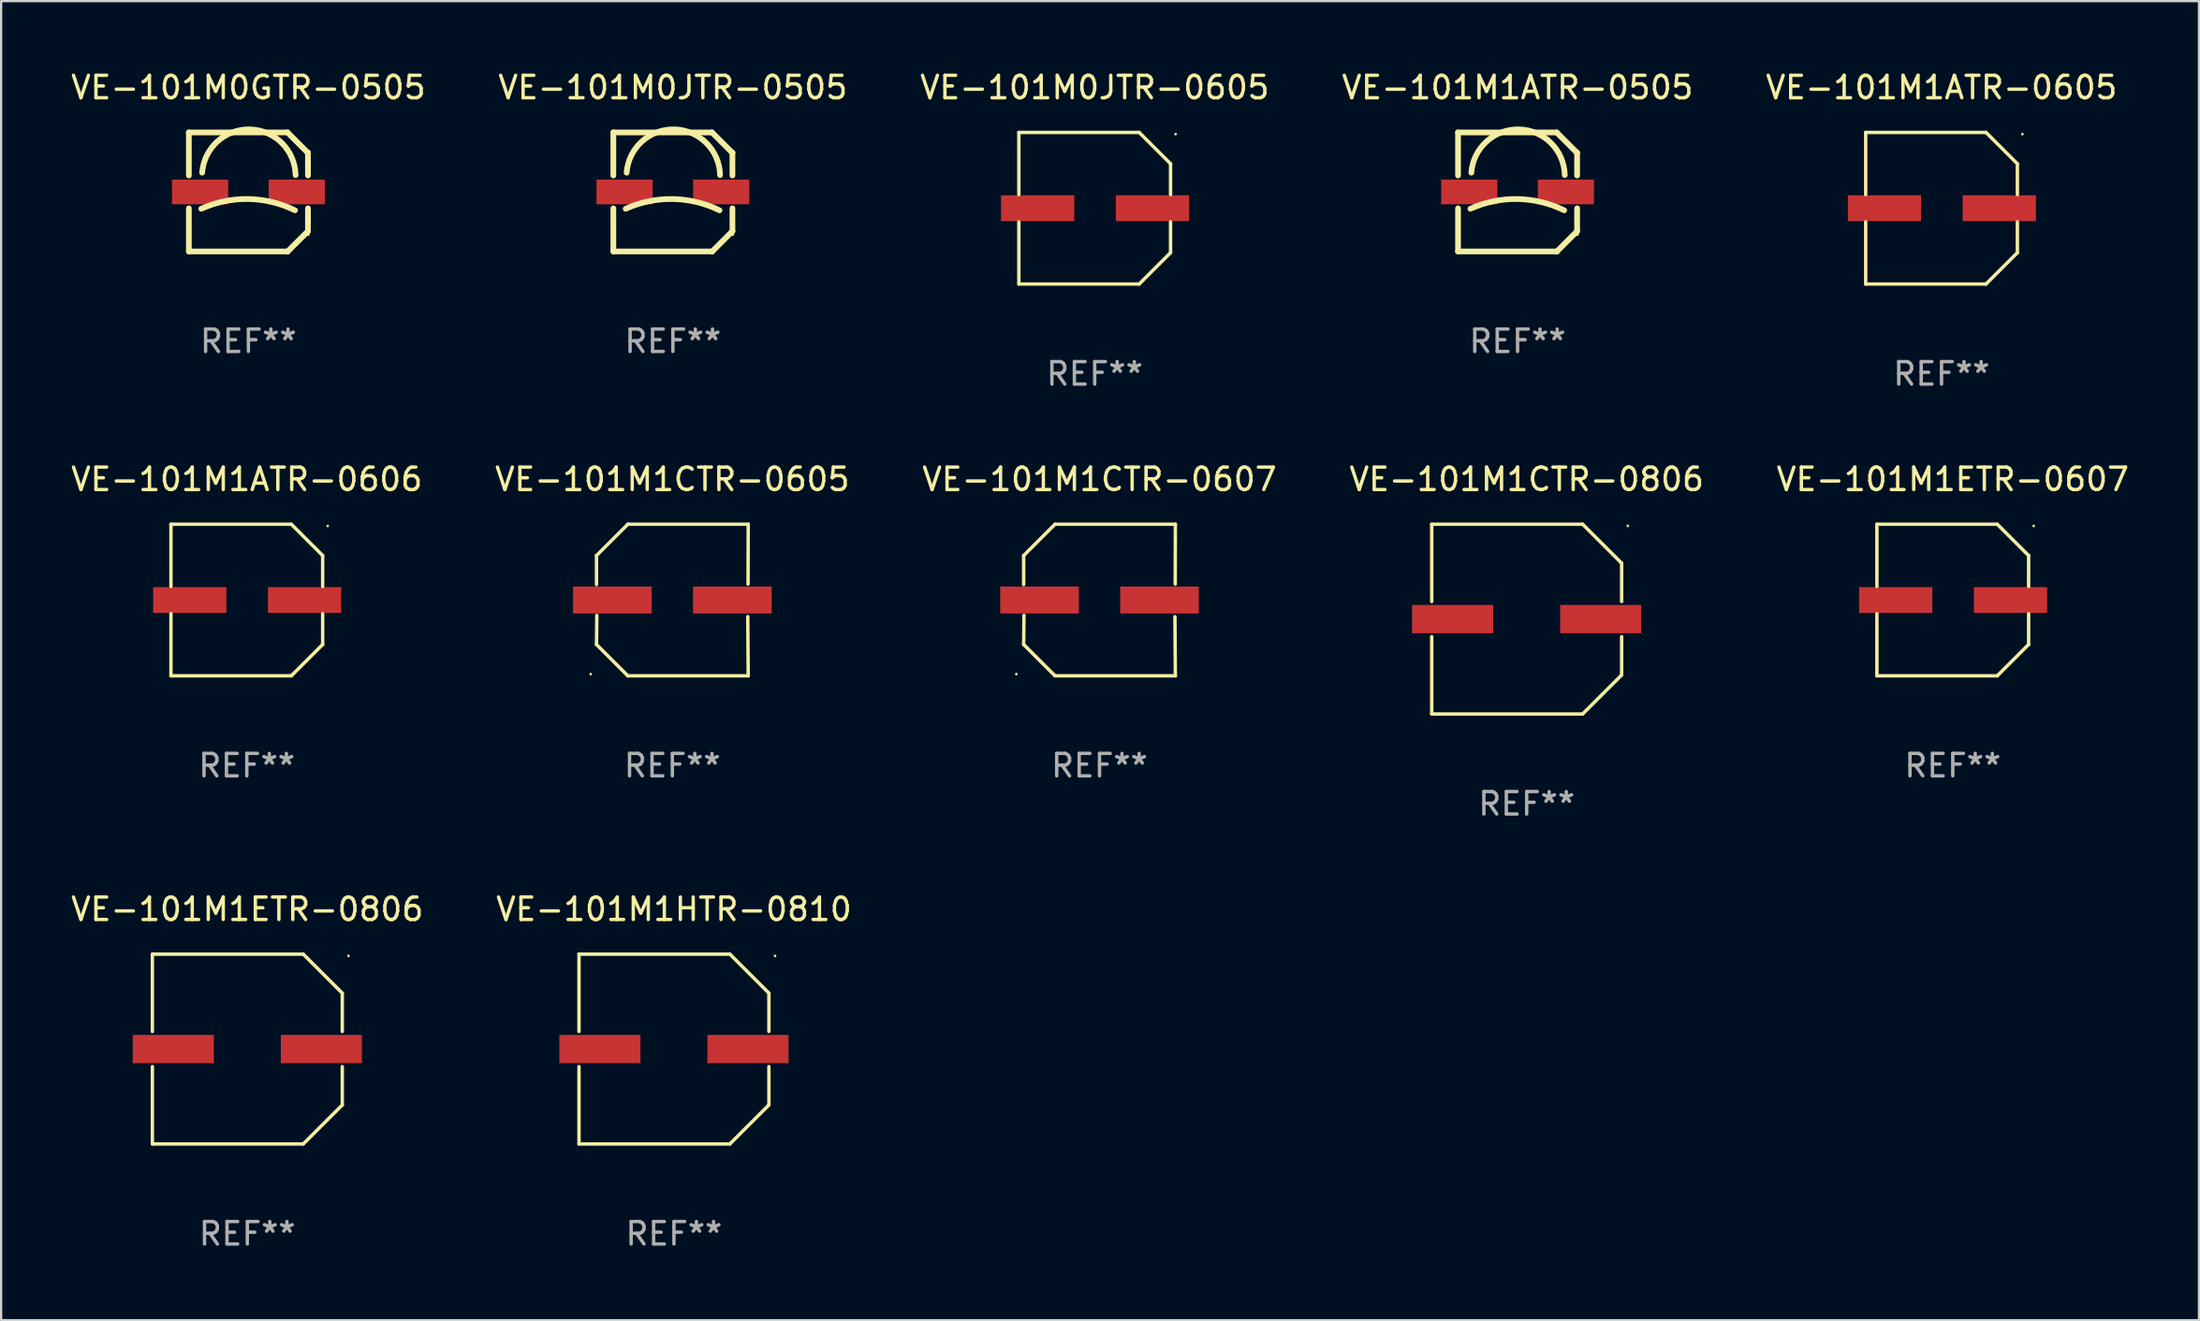
<source format=kicad_pcb>
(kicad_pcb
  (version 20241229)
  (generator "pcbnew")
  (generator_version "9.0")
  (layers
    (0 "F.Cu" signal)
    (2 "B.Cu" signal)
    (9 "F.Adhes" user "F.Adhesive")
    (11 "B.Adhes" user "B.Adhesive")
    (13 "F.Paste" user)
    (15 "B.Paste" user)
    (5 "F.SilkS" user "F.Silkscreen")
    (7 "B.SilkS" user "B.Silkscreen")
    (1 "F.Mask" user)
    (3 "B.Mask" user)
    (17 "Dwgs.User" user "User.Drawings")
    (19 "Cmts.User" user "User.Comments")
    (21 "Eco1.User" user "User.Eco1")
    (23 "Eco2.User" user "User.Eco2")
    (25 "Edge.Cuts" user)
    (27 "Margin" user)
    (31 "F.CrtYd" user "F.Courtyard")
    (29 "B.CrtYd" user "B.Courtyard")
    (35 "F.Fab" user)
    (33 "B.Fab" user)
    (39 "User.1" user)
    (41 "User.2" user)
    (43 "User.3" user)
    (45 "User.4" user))
  (footprint "VE-101M1CTR-0806"
    (layer "F.Cu")
    (at 64.899 24.523)
    (property "Reference" "VE-101M1CTR-0806" (at 0 -6.226 0) (layer "F.SilkS") (effects (font (size 1 1) (thickness 0.15))))
    (attr through_hole)
    (fp_line (start -4.226 -4.226) (end 2.49 -4.226) (stroke (width 0.152) (type solid)) (layer "F.SilkS"))
    (fp_line (start -4.226 -0.782) (end -4.226 -4.226) (stroke (width 0.152) (type solid)) (layer "F.SilkS"))
    (fp_line (start -4.226 0.782) (end -4.226 4.226) (stroke (width 0.152) (type solid)) (layer "F.SilkS"))
    (fp_line (start -4.226 4.226) (end 2.49 4.226) (stroke (width 0.152) (type solid)) (layer "F.SilkS"))
    (fp_line (start 2.49 -4.226) (end 4.226 -2.49) (stroke (width 0.152) (type solid)) (layer "F.SilkS"))
    (fp_line (start 2.49 4.226) (end 4.226 2.49) (stroke (width 0.152) (type solid)) (layer "F.SilkS"))
    (fp_line (start 4.226 -2.49) (end 4.226 -0.782) (stroke (width 0.152) (type solid)) (layer "F.SilkS"))
    (fp_line (start 4.226 2.49) (end 4.226 0.782) (stroke (width 0.152) (type solid)) (layer "F.SilkS"))
    (fp_circle (center 4.5 -4.15) (end 4.53 -4.15) (stroke (width 0.06) (type solid)) (fill no) (layer "F.SilkS"))
    (fp_text user "REF**" (at 0 8.226 0) (layer "F.Fab") (effects (font (size 1 1) (thickness 0.15))))
    (pad "1" smd rect (at 3.295 0 180) (size 3.61 1.26) (layers "F.Cu" "F.Mask" "F.Paste"))
    (pad "2" smd rect (at -3.295 0 180) (size 3.61 1.26) (layers "F.Cu" "F.Mask" "F.Paste")))
  (footprint "VE-101M1ATR-0605"
    (layer "F.Cu")
    (at 83.363 6.224)
    (property "Reference" "VE-101M1ATR-0605" (at 0 -5.376 0) (layer "F.SilkS") (effects (font (size 1 1) (thickness 0.15))))
    (attr through_hole)
    (fp_line (start -3.376 -3.376) (end 1.98 -3.376) (stroke (width 0.152) (type solid)) (layer "F.SilkS"))
    (fp_line (start -3.376 -0.607) (end -3.376 -3.376) (stroke (width 0.152) (type solid)) (layer "F.SilkS"))
    (fp_line (start -3.376 0.607) (end -3.376 3.376) (stroke (width 0.152) (type solid)) (layer "F.SilkS"))
    (fp_line (start -3.376 3.376) (end 1.98 3.376) (stroke (width 0.152) (type solid)) (layer "F.SilkS"))
    (fp_line (start 1.98 -3.376) (end 3.376 -1.98) (stroke (width 0.152) (type solid)) (layer "F.SilkS"))
    (fp_line (start 1.98 3.376) (end 3.376 1.98) (stroke (width 0.152) (type solid)) (layer "F.SilkS"))
    (fp_line (start 3.376 -1.98) (end 3.376 -0.607) (stroke (width 0.152) (type solid)) (layer "F.SilkS"))
    (fp_line (start 3.376 1.98) (end 3.376 0.607) (stroke (width 0.152) (type solid)) (layer "F.SilkS"))
    (fp_circle (center 3.6 -3.3) (end 3.63 -3.3) (stroke (width 0.06) (type solid)) (fill no) (layer "F.SilkS"))
    (fp_text user "REF**" (at 0 7.376 0) (layer "F.Fab") (effects (font (size 1 1) (thickness 0.15))))
    (pad "1" smd rect (at 2.57 0 180) (size 3.26 1.15) (layers "F.Cu" "F.Mask" "F.Paste"))
    (pad "2" smd rect (at -2.54 0 180) (size 3.26 1.15) (layers "F.Cu" "F.Mask" "F.Paste")))
  (footprint "VE-101M1ETR-0607"
    (layer "F.Cu")
    (at 83.863 23.673)
    (property "Reference" "VE-101M1ETR-0607" (at 0 -5.376 0) (layer "F.SilkS") (effects (font (size 1 1) (thickness 0.15))))
    (attr through_hole)
    (fp_line (start -3.376 -3.376) (end 1.98 -3.376) (stroke (width 0.152) (type solid)) (layer "F.SilkS"))
    (fp_line (start -3.376 -0.607) (end -3.376 -3.376) (stroke (width 0.152) (type solid)) (layer "F.SilkS"))
    (fp_line (start -3.376 0.607) (end -3.376 3.376) (stroke (width 0.152) (type solid)) (layer "F.SilkS"))
    (fp_line (start -3.376 3.376) (end 1.98 3.376) (stroke (width 0.152) (type solid)) (layer "F.SilkS"))
    (fp_line (start 1.98 -3.376) (end 3.376 -1.98) (stroke (width 0.152) (type solid)) (layer "F.SilkS"))
    (fp_line (start 1.98 3.376) (end 3.376 1.98) (stroke (width 0.152) (type solid)) (layer "F.SilkS"))
    (fp_line (start 3.376 -1.98) (end 3.376 -0.607) (stroke (width 0.152) (type solid)) (layer "F.SilkS"))
    (fp_line (start 3.376 1.98) (end 3.376 0.607) (stroke (width 0.152) (type solid)) (layer "F.SilkS"))
    (fp_circle (center 3.6 -3.3) (end 3.63 -3.3) (stroke (width 0.06) (type solid)) (fill no) (layer "F.SilkS"))
    (fp_text user "REF**" (at 0 7.376 0) (layer "F.Fab") (effects (font (size 1 1) (thickness 0.15))))
    (pad "1" smd rect (at 2.57 0 180) (size 3.26 1.15) (layers "F.Cu" "F.Mask" "F.Paste"))
    (pad "2" smd rect (at -2.54 0 180) (size 3.26 1.15) (layers "F.Cu" "F.Mask" "F.Paste")))
  (footprint "VE-101M0GTR-0505"
    (layer "F.Cu")
    (at 8.006 5.498)
    (property "Reference" "VE-101M0GTR-0505" (at 0 -4.65 0) (layer "F.SilkS") (effects (font (size 1 1) (thickness 0.15))))
    (attr through_hole)
    (fp_line (start -2.65 -2.65) (end 1.74 -2.65) (stroke (width 0.254) (type solid)) (layer "F.SilkS"))
    (fp_line (start -2.65 -0.731) (end -2.65 -2.65) (stroke (width 0.254) (type solid)) (layer "F.SilkS"))
    (fp_line (start -2.65 2.65) (end -2.65 0.731) (stroke (width 0.254) (type solid)) (layer "F.SilkS"))
    (fp_line (start -2.65 2.65) (end 1.73 2.65) (stroke (width 0.254) (type solid)) (layer "F.SilkS"))
    (fp_line (start 1.73 2.65) (end 1.75 2.65) (stroke (width 0.254) (type solid)) (layer "F.SilkS"))
    (fp_line (start 1.75 2.65) (end 2.65 1.75) (stroke (width 0.254) (type solid)) (layer "F.SilkS"))
    (fp_line (start 2.64 -1.75) (end 1.74 -2.65) (stroke (width 0.254) (type solid)) (layer "F.SilkS"))
    (fp_line (start 2.65 -1.75) (end 2.64 -1.75) (stroke (width 0.254) (type solid)) (layer "F.SilkS"))
    (fp_line (start 2.65 -0.731) (end 2.65 -1.75) (stroke (width 0.254) (type solid)) (layer "F.SilkS"))
    (fp_line (start 2.65 1.75) (end 2.65 0.731) (stroke (width 0.254) (type solid)) (layer "F.SilkS"))
    (fp_arc (start -2.1 0.749886) (mid -0.005214 0.316693) (end 2.074168 0.818644) (stroke (width 0.254001) (type solid)) (layer "F.SilkS"))
    (fp_arc (start -2.058369 -0.857759) (mid 0.072137 -2.78601) (end 2.1 -0.750089) (stroke (width 0.254001) (type solid)) (layer "F.SilkS"))
    (fp_circle (center 2.667 1.905) (end 2.697 1.905) (stroke (width 0.06) (type solid)) (fill no) (layer "F.SilkS"))
    (fp_text user "REF**" (at 0 6.65 0) (layer "F.Fab") (effects (font (size 1 1) (thickness 0.15))))
    (pad "1" smd rect (at 2.15 0) (size 2.5 1.1) (layers "F.Cu" "F.Mask" "F.Paste"))
    (pad "2" smd rect (at -2.15 0) (size 2.5 1.1) (layers "F.Cu" "F.Mask" "F.Paste")))
  (footprint "VE-101M1ATR-0606"
    (layer "F.Cu")
    (at 7.935 23.673)
    (property "Reference" "VE-101M1ATR-0606" (at 0 -5.376 0) (layer "F.SilkS") (effects (font (size 1 1) (thickness 0.15))))
    (attr through_hole)
    (fp_line (start -3.376 -3.376) (end 1.98 -3.376) (stroke (width 0.152) (type solid)) (layer "F.SilkS"))
    (fp_line (start -3.376 -0.607) (end -3.376 -3.376) (stroke (width 0.152) (type solid)) (layer "F.SilkS"))
    (fp_line (start -3.376 0.607) (end -3.376 3.376) (stroke (width 0.152) (type solid)) (layer "F.SilkS"))
    (fp_line (start -3.376 3.376) (end 1.98 3.376) (stroke (width 0.152) (type solid)) (layer "F.SilkS"))
    (fp_line (start 1.98 -3.376) (end 3.376 -1.98) (stroke (width 0.152) (type solid)) (layer "F.SilkS"))
    (fp_line (start 1.98 3.376) (end 3.376 1.98) (stroke (width 0.152) (type solid)) (layer "F.SilkS"))
    (fp_line (start 3.376 -1.98) (end 3.376 -0.607) (stroke (width 0.152) (type solid)) (layer "F.SilkS"))
    (fp_line (start 3.376 1.98) (end 3.376 0.607) (stroke (width 0.152) (type solid)) (layer "F.SilkS"))
    (fp_circle (center 3.6 -3.3) (end 3.63 -3.3) (stroke (width 0.06) (type solid)) (fill no) (layer "F.SilkS"))
    (fp_text user "REF**" (at 0 7.376 0) (layer "F.Fab") (effects (font (size 1 1) (thickness 0.15))))
    (pad "1" smd rect (at 2.57 0 180) (size 3.26 1.15) (layers "F.Cu" "F.Mask" "F.Paste"))
    (pad "2" smd rect (at -2.54 0 180) (size 3.26 1.15) (layers "F.Cu" "F.Mask" "F.Paste")))
  (footprint "VE-101M1CTR-0607"
    (layer "F.Cu")
    (at 45.887 23.673)
    (property "Reference" "VE-101M1CTR-0607" (at 0 -5.376 0) (layer "F.SilkS") (effects (font (size 1 1) (thickness 0.15))))
    (attr through_hole)
    (fp_line (start -3.376 -1.98) (end -3.376 -0.686) (stroke (width 0.152) (type solid)) (layer "F.SilkS"))
    (fp_line (start -3.376 1.981) (end -3.362 0.686) (stroke (width 0.152) (type solid)) (layer "F.SilkS"))
    (fp_line (start -1.981 3.376) (end -3.376 1.981) (stroke (width 0.152) (type solid)) (layer "F.SilkS"))
    (fp_line (start -1.98 -3.376) (end -3.376 -1.98) (stroke (width 0.152) (type solid)) (layer "F.SilkS"))
    (fp_line (start 3.356 0.74) (end 3.376 3.376) (stroke (width 0.152) (type solid)) (layer "F.SilkS"))
    (fp_line (start 3.369 -0.707) (end 3.376 -3.376) (stroke (width 0.152) (type solid)) (layer "F.SilkS"))
    (fp_line (start 3.376 3.376) (end -1.981 3.376) (stroke (width 0.152) (type solid)) (layer "F.SilkS"))
    (fp_line (start 3.376 -3.376) (end -1.98 -3.376) (stroke (width 0.152) (type solid)) (layer "F.SilkS"))
    (fp_circle (center -3.702 3.3) (end -3.672 3.3) (stroke (width 0.06) (type solid)) (fill no) (layer "F.SilkS"))
    (fp_text user "REF**" (at 0 7.376 0) (layer "F.Fab") (effects (font (size 1 1) (thickness 0.15))))
    (pad "1" smd rect (at -2.67 0.000203) (size 3.5 1.2) (layers "F.Cu" "F.Mask" "F.Paste"))
    (pad "2" smd rect (at 2.67 0.000203) (size 3.5 1.2) (layers "F.Cu" "F.Mask" "F.Paste")))
  (footprint "VE-101M0JTR-0505"
    (layer "F.Cu")
    (at 26.899 5.498)
    (property "Reference" "VE-101M0JTR-0505" (at 0 -4.65 0) (layer "F.SilkS") (effects (font (size 1 1) (thickness 0.15))))
    (attr through_hole)
    (fp_line (start -2.65 -2.65) (end 1.74 -2.65) (stroke (width 0.254) (type solid)) (layer "F.SilkS"))
    (fp_line (start -2.65 -0.731) (end -2.65 -2.65) (stroke (width 0.254) (type solid)) (layer "F.SilkS"))
    (fp_line (start -2.65 2.65) (end -2.65 0.731) (stroke (width 0.254) (type solid)) (layer "F.SilkS"))
    (fp_line (start -2.65 2.65) (end 1.73 2.65) (stroke (width 0.254) (type solid)) (layer "F.SilkS"))
    (fp_line (start 1.73 2.65) (end 1.75 2.65) (stroke (width 0.254) (type solid)) (layer "F.SilkS"))
    (fp_line (start 1.75 2.65) (end 2.65 1.75) (stroke (width 0.254) (type solid)) (layer "F.SilkS"))
    (fp_line (start 2.64 -1.75) (end 1.74 -2.65) (stroke (width 0.254) (type solid)) (layer "F.SilkS"))
    (fp_line (start 2.65 -1.75) (end 2.64 -1.75) (stroke (width 0.254) (type solid)) (layer "F.SilkS"))
    (fp_line (start 2.65 -0.731) (end 2.65 -1.75) (stroke (width 0.254) (type solid)) (layer "F.SilkS"))
    (fp_line (start 2.65 1.75) (end 2.65 0.731) (stroke (width 0.254) (type solid)) (layer "F.SilkS"))
    (fp_arc (start -2.1 0.749886) (mid -0.005214 0.316693) (end 2.074168 0.818644) (stroke (width 0.254001) (type solid)) (layer "F.SilkS"))
    (fp_arc (start -2.058369 -0.857759) (mid 0.072137 -2.78601) (end 2.1 -0.750089) (stroke (width 0.254001) (type solid)) (layer "F.SilkS"))
    (fp_circle (center 2.667 1.905) (end 2.697 1.905) (stroke (width 0.06) (type solid)) (fill no) (layer "F.SilkS"))
    (fp_text user "REF**" (at 0 6.65 0) (layer "F.Fab") (effects (font (size 1 1) (thickness 0.15))))
    (pad "1" smd rect (at 2.15 0) (size 2.5 1.1) (layers "F.Cu" "F.Mask" "F.Paste"))
    (pad "2" smd rect (at -2.15 0) (size 2.5 1.1) (layers "F.Cu" "F.Mask" "F.Paste")))
  (footprint "VE-101M0JTR-0605"
    (layer "F.Cu")
    (at 45.673 6.224)
    (property "Reference" "VE-101M0JTR-0605" (at 0 -5.376 0) (layer "F.SilkS") (effects (font (size 1 1) (thickness 0.15))))
    (attr through_hole)
    (fp_line (start -3.376 -3.376) (end 1.98 -3.376) (stroke (width 0.152) (type solid)) (layer "F.SilkS"))
    (fp_line (start -3.376 -0.607) (end -3.376 -3.376) (stroke (width 0.152) (type solid)) (layer "F.SilkS"))
    (fp_line (start -3.376 0.607) (end -3.376 3.376) (stroke (width 0.152) (type solid)) (layer "F.SilkS"))
    (fp_line (start -3.376 3.376) (end 1.98 3.376) (stroke (width 0.152) (type solid)) (layer "F.SilkS"))
    (fp_line (start 1.98 -3.376) (end 3.376 -1.98) (stroke (width 0.152) (type solid)) (layer "F.SilkS"))
    (fp_line (start 1.98 3.376) (end 3.376 1.98) (stroke (width 0.152) (type solid)) (layer "F.SilkS"))
    (fp_line (start 3.376 -1.98) (end 3.376 -0.607) (stroke (width 0.152) (type solid)) (layer "F.SilkS"))
    (fp_line (start 3.376 1.98) (end 3.376 0.607) (stroke (width 0.152) (type solid)) (layer "F.SilkS"))
    (fp_circle (center 3.6 -3.3) (end 3.63 -3.3) (stroke (width 0.06) (type solid)) (fill no) (layer "F.SilkS"))
    (fp_text user "REF**" (at 0 7.376 0) (layer "F.Fab") (effects (font (size 1 1) (thickness 0.15))))
    (pad "1" smd rect (at 2.57 0 180) (size 3.26 1.15) (layers "F.Cu" "F.Mask" "F.Paste"))
    (pad "2" smd rect (at -2.54 0 180) (size 3.26 1.15) (layers "F.Cu" "F.Mask" "F.Paste")))
  (footprint "VE-101M1HTR-0810"
    (layer "F.Cu")
    (at 26.946 43.672)
    (property "Reference" "VE-101M1HTR-0810" (at 0 -6.226 0) (layer "F.SilkS") (effects (font (size 1 1) (thickness 0.15))))
    (attr through_hole)
    (fp_line (start -4.226 -4.226) (end 2.49 -4.226) (stroke (width 0.152) (type solid)) (layer "F.SilkS"))
    (fp_line (start -4.226 -0.782) (end -4.226 -4.226) (stroke (width 0.152) (type solid)) (layer "F.SilkS"))
    (fp_line (start -4.226 0.782) (end -4.226 4.226) (stroke (width 0.152) (type solid)) (layer "F.SilkS"))
    (fp_line (start -4.226 4.226) (end 2.49 4.226) (stroke (width 0.152) (type solid)) (layer "F.SilkS"))
    (fp_line (start 2.49 -4.226) (end 4.226 -2.49) (stroke (width 0.152) (type solid)) (layer "F.SilkS"))
    (fp_line (start 2.49 4.226) (end 4.226 2.49) (stroke (width 0.152) (type solid)) (layer "F.SilkS"))
    (fp_line (start 4.226 -2.49) (end 4.226 -0.782) (stroke (width 0.152) (type solid)) (layer "F.SilkS"))
    (fp_line (start 4.226 2.49) (end 4.226 0.782) (stroke (width 0.152) (type solid)) (layer "F.SilkS"))
    (fp_circle (center 4.5 -4.15) (end 4.53 -4.15) (stroke (width 0.06) (type solid)) (fill no) (layer "F.SilkS"))
    (fp_text user "REF**" (at 0 8.226 0) (layer "F.Fab") (effects (font (size 1 1) (thickness 0.15))))
    (pad "1" smd rect (at 3.295 0 180) (size 3.61 1.26) (layers "F.Cu" "F.Mask" "F.Paste"))
    (pad "2" smd rect (at -3.295 0 180) (size 3.61 1.26) (layers "F.Cu" "F.Mask" "F.Paste")))
  (footprint "VE-101M1CTR-0605"
    (layer "F.Cu")
    (at 26.875 23.673)
    (property "Reference" "VE-101M1CTR-0605" (at 0 -5.376 0) (layer "F.SilkS") (effects (font (size 1 1) (thickness 0.15))))
    (attr through_hole)
    (fp_line (start -3.376 -1.98) (end -3.376 -0.686) (stroke (width 0.152) (type solid)) (layer "F.SilkS"))
    (fp_line (start -3.376 1.981) (end -3.362 0.686) (stroke (width 0.152) (type solid)) (layer "F.SilkS"))
    (fp_line (start -1.981 3.376) (end -3.376 1.981) (stroke (width 0.152) (type solid)) (layer "F.SilkS"))
    (fp_line (start -1.98 -3.376) (end -3.376 -1.98) (stroke (width 0.152) (type solid)) (layer "F.SilkS"))
    (fp_line (start 3.356 0.74) (end 3.376 3.376) (stroke (width 0.152) (type solid)) (layer "F.SilkS"))
    (fp_line (start 3.369 -0.707) (end 3.376 -3.376) (stroke (width 0.152) (type solid)) (layer "F.SilkS"))
    (fp_line (start 3.376 3.376) (end -1.981 3.376) (stroke (width 0.152) (type solid)) (layer "F.SilkS"))
    (fp_line (start 3.376 -3.376) (end -1.98 -3.376) (stroke (width 0.152) (type solid)) (layer "F.SilkS"))
    (fp_circle (center -3.634 3.3) (end -3.604 3.3) (stroke (width 0.06) (type solid)) (fill no) (layer "F.SilkS"))
    (fp_text user "REF**" (at 0 7.376 0) (layer "F.Fab") (effects (font (size 1 1) (thickness 0.15))))
    (pad "1" smd rect (at -2.67 0.000254) (size 3.5 1.2) (layers "F.Cu" "F.Mask" "F.Paste"))
    (pad "2" smd rect (at 2.67 0.000254) (size 3.5 1.2) (layers "F.Cu" "F.Mask" "F.Paste")))
  (footprint "VE-101M1ATR-0505"
    (layer "F.Cu")
    (at 64.494 5.498)
    (property "Reference" "VE-101M1ATR-0505" (at 0 -4.65 0) (layer "F.SilkS") (effects (font (size 1 1) (thickness 0.15))))
    (attr through_hole)
    (fp_line (start -2.65 -2.65) (end 1.74 -2.65) (stroke (width 0.254) (type solid)) (layer "F.SilkS"))
    (fp_line (start -2.65 -0.731) (end -2.65 -2.65) (stroke (width 0.254) (type solid)) (layer "F.SilkS"))
    (fp_line (start -2.65 2.65) (end -2.65 0.731) (stroke (width 0.254) (type solid)) (layer "F.SilkS"))
    (fp_line (start -2.65 2.65) (end 1.73 2.65) (stroke (width 0.254) (type solid)) (layer "F.SilkS"))
    (fp_line (start 1.73 2.65) (end 1.75 2.65) (stroke (width 0.254) (type solid)) (layer "F.SilkS"))
    (fp_line (start 1.75 2.65) (end 2.65 1.75) (stroke (width 0.254) (type solid)) (layer "F.SilkS"))
    (fp_line (start 2.64 -1.75) (end 1.74 -2.65) (stroke (width 0.254) (type solid)) (layer "F.SilkS"))
    (fp_line (start 2.65 -1.75) (end 2.64 -1.75) (stroke (width 0.254) (type solid)) (layer "F.SilkS"))
    (fp_line (start 2.65 -0.731) (end 2.65 -1.75) (stroke (width 0.254) (type solid)) (layer "F.SilkS"))
    (fp_line (start 2.65 1.75) (end 2.65 0.731) (stroke (width 0.254) (type solid)) (layer "F.SilkS"))
    (fp_arc (start -2.1 0.749886) (mid -0.005214 0.316693) (end 2.074168 0.818644) (stroke (width 0.254001) (type solid)) (layer "F.SilkS"))
    (fp_arc (start -2.058369 -0.857759) (mid 0.072137 -2.78601) (end 2.1 -0.750089) (stroke (width 0.254001) (type solid)) (layer "F.SilkS"))
    (fp_circle (center 2.667 1.905) (end 2.697 1.905) (stroke (width 0.06) (type solid)) (fill no) (layer "F.SilkS"))
    (fp_text user "REF**" (at 0 6.65 0) (layer "F.Fab") (effects (font (size 1 1) (thickness 0.15))))
    (pad "1" smd rect (at 2.15 0) (size 2.5 1.1) (layers "F.Cu" "F.Mask" "F.Paste"))
    (pad "2" smd rect (at -2.15 0) (size 2.5 1.1) (layers "F.Cu" "F.Mask" "F.Paste")))
  (footprint "VE-101M1ETR-0806"
    (layer "F.Cu")
    (at 7.958 43.672)
    (property "Reference" "VE-101M1ETR-0806" (at 0 -6.226 0) (layer "F.SilkS") (effects (font (size 1 1) (thickness 0.15))))
    (attr through_hole)
    (fp_line (start -4.226 -4.226) (end 2.49 -4.226) (stroke (width 0.152) (type solid)) (layer "F.SilkS"))
    (fp_line (start -4.226 -0.782) (end -4.226 -4.226) (stroke (width 0.152) (type solid)) (layer "F.SilkS"))
    (fp_line (start -4.226 0.782) (end -4.226 4.226) (stroke (width 0.152) (type solid)) (layer "F.SilkS"))
    (fp_line (start -4.226 4.226) (end 2.49 4.226) (stroke (width 0.152) (type solid)) (layer "F.SilkS"))
    (fp_line (start 2.49 -4.226) (end 4.226 -2.49) (stroke (width 0.152) (type solid)) (layer "F.SilkS"))
    (fp_line (start 2.49 4.226) (end 4.226 2.49) (stroke (width 0.152) (type solid)) (layer "F.SilkS"))
    (fp_line (start 4.226 -2.49) (end 4.226 -0.782) (stroke (width 0.152) (type solid)) (layer "F.SilkS"))
    (fp_line (start 4.226 2.49) (end 4.226 0.782) (stroke (width 0.152) (type solid)) (layer "F.SilkS"))
    (fp_circle (center 4.5 -4.15) (end 4.53 -4.15) (stroke (width 0.06) (type solid)) (fill no) (layer "F.SilkS"))
    (fp_text user "REF**" (at 0 8.226 0) (layer "F.Fab") (effects (font (size 1 1) (thickness 0.15))))
    (pad "1" smd rect (at 3.295 0 180) (size 3.61 1.26) (layers "F.Cu" "F.Mask" "F.Paste"))
    (pad "2" smd rect (at -3.295 0 180) (size 3.61 1.26) (layers "F.Cu" "F.Mask" "F.Paste")))
  (gr_rect
    (start -3 -3)
    (end 94.821 55.747)
    (stroke (width 0.1) (type default))
    (fill no)
    (layer "Edge.Cuts")))
</source>
